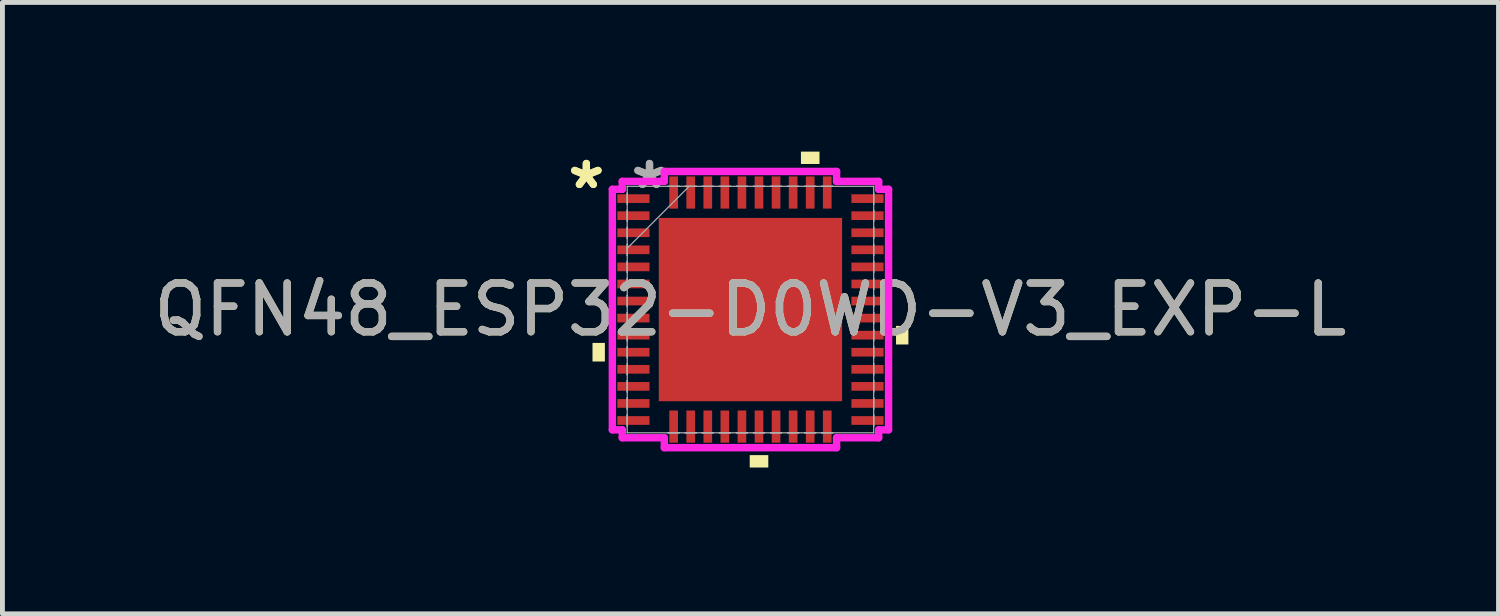
<source format=kicad_pcb>
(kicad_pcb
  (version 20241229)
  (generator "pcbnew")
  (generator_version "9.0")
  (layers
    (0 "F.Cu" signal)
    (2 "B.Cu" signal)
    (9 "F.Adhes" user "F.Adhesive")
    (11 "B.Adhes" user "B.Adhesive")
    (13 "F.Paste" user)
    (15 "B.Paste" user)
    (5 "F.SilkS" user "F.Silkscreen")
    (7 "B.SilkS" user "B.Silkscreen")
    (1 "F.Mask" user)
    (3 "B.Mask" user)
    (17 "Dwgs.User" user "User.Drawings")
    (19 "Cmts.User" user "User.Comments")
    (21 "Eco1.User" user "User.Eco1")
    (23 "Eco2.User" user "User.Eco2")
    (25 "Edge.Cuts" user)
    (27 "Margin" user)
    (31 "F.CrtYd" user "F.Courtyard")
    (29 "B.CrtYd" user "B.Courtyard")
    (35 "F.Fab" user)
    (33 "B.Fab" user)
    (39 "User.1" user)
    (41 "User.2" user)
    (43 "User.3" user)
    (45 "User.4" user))
  (footprint "QFN48_ESP32-D0WD-V3_EXP-L"
    (layer "F.Cu")
    (at 12.339 3.298)
    (property "Reference" "QFN48_ESP32-D0WD-V3_EXP-L" (at 0 0 0) (unlocked yes) (layer "F.SilkS") (effects (font (size 1 1) (thickness 0.15))))
    (attr smd)
    (fp_poly (pts (xy -3.239 0.684) (xy -3.239 1.065) (xy -2.985 1.065) (xy -2.985 0.684)) (stroke (width 0) (type solid)) (fill yes) (layer "F.SilkS"))
    (fp_poly (pts (xy -0.015 2.985) (xy -0.015 3.239) (xy 0.366 3.239) (xy 0.366 2.985)) (stroke (width 0) (type solid)) (fill yes) (layer "F.SilkS"))
    (fp_poly (pts (xy 1.035 -2.985) (xy 1.035 -3.239) (xy 1.416 -3.239) (xy 1.416 -2.985)) (stroke (width 0) (type solid)) (fill yes) (layer "F.SilkS"))
    (fp_poly (pts (xy 3.239 0.335) (xy 3.239 0.716) (xy 2.985 0.716) (xy 2.985 0.335)) (stroke (width 0) (type solid)) (fill yes) (layer "F.SilkS"))
    (fp_poly (pts (xy -1.78 -1.78) (xy -1.78 -0.1) (xy -0.1 -0.1) (xy -0.1 -1.78)) (stroke (width 0) (type solid)) (fill yes) (layer "F.Paste"))
    (fp_poly (pts (xy -1.78 0.1) (xy -1.78 1.78) (xy -0.1 1.78) (xy -0.1 0.1)) (stroke (width 0) (type solid)) (fill yes) (layer "F.Paste"))
    (fp_poly (pts (xy 0.1 -1.78) (xy 0.1 -0.1) (xy 1.78 -0.1) (xy 1.78 -1.78)) (stroke (width 0) (type solid)) (fill yes) (layer "F.Paste"))
    (fp_poly (pts (xy 0.1 0.1) (xy 0.1 1.78) (xy 1.78 1.78) (xy 1.78 0.1)) (stroke (width 0) (type solid)) (fill yes) (layer "F.Paste"))
    (fp_line (start -2.832 -2.466) (end -2.629 -2.466) (stroke (width 0.152) (type solid)) (layer "F.CrtYd"))
    (fp_line (start -2.832 2.466) (end -2.832 -2.466) (stroke (width 0.152) (type solid)) (layer "F.CrtYd"))
    (fp_line (start -2.629 -2.629) (end -1.766 -2.629) (stroke (width 0.152) (type solid)) (layer "F.CrtYd"))
    (fp_line (start -2.629 -2.466) (end -2.629 -2.629) (stroke (width 0.152) (type solid)) (layer "F.CrtYd"))
    (fp_line (start -2.629 2.466) (end -2.832 2.466) (stroke (width 0.152) (type solid)) (layer "F.CrtYd"))
    (fp_line (start -2.629 2.629) (end -2.629 2.466) (stroke (width 0.152) (type solid)) (layer "F.CrtYd"))
    (fp_line (start -1.766 -2.832) (end 1.766 -2.832) (stroke (width 0.152) (type solid)) (layer "F.CrtYd"))
    (fp_line (start -1.766 -2.629) (end -1.766 -2.832) (stroke (width 0.152) (type solid)) (layer "F.CrtYd"))
    (fp_line (start -1.766 2.629) (end -2.629 2.629) (stroke (width 0.152) (type solid)) (layer "F.CrtYd"))
    (fp_line (start -1.766 2.832) (end -1.766 2.629) (stroke (width 0.152) (type solid)) (layer "F.CrtYd"))
    (fp_line (start 1.766 -2.832) (end 1.766 -2.629) (stroke (width 0.152) (type solid)) (layer "F.CrtYd"))
    (fp_line (start 1.766 -2.629) (end 2.629 -2.629) (stroke (width 0.152) (type solid)) (layer "F.CrtYd"))
    (fp_line (start 1.766 2.629) (end 1.766 2.832) (stroke (width 0.152) (type solid)) (layer "F.CrtYd"))
    (fp_line (start 1.766 2.832) (end -1.766 2.832) (stroke (width 0.152) (type solid)) (layer "F.CrtYd"))
    (fp_line (start 2.629 -2.629) (end 2.629 -2.466) (stroke (width 0.152) (type solid)) (layer "F.CrtYd"))
    (fp_line (start 2.629 -2.466) (end 2.832 -2.466) (stroke (width 0.152) (type solid)) (layer "F.CrtYd"))
    (fp_line (start 2.629 2.466) (end 2.629 2.629) (stroke (width 0.152) (type solid)) (layer "F.CrtYd"))
    (fp_line (start 2.629 2.629) (end 1.766 2.629) (stroke (width 0.152) (type solid)) (layer "F.CrtYd"))
    (fp_line (start 2.832 -2.466) (end 2.832 2.466) (stroke (width 0.152) (type solid)) (layer "F.CrtYd"))
    (fp_line (start 2.832 2.466) (end 2.629 2.466) (stroke (width 0.152) (type solid)) (layer "F.CrtYd"))
    (fp_line (start -2.527 -2.527) (end -2.527 -2.527) (stroke (width 0.025) (type solid)) (layer "F.Fab"))
    (fp_line (start -2.527 -2.527) (end -2.527 2.527) (stroke (width 0.025) (type solid)) (layer "F.Fab"))
    (fp_line (start -2.527 -2.389) (end -2.527 -2.389) (stroke (width 0.025) (type solid)) (layer "F.Fab"))
    (fp_line (start -2.527 -2.389) (end -2.527 -2.161) (stroke (width 0.025) (type solid)) (layer "F.Fab"))
    (fp_line (start -2.527 -2.161) (end -2.527 -2.389) (stroke (width 0.025) (type solid)) (layer "F.Fab"))
    (fp_line (start -2.527 -2.161) (end -2.527 -2.161) (stroke (width 0.025) (type solid)) (layer "F.Fab"))
    (fp_line (start -2.527 -2.039) (end -2.527 -2.039) (stroke (width 0.025) (type solid)) (layer "F.Fab"))
    (fp_line (start -2.527 -2.039) (end -2.527 -1.811) (stroke (width 0.025) (type solid)) (layer "F.Fab"))
    (fp_line (start -2.527 -1.811) (end -2.527 -2.039) (stroke (width 0.025) (type solid)) (layer "F.Fab"))
    (fp_line (start -2.527 -1.811) (end -2.527 -1.811) (stroke (width 0.025) (type solid)) (layer "F.Fab"))
    (fp_line (start -2.527 -1.689) (end -2.527 -1.689) (stroke (width 0.025) (type solid)) (layer "F.Fab"))
    (fp_line (start -2.527 -1.689) (end -2.527 -1.461) (stroke (width 0.025) (type solid)) (layer "F.Fab"))
    (fp_line (start -2.527 -1.461) (end -2.527 -1.689) (stroke (width 0.025) (type solid)) (layer "F.Fab"))
    (fp_line (start -2.527 -1.461) (end -2.527 -1.461) (stroke (width 0.025) (type solid)) (layer "F.Fab"))
    (fp_line (start -2.527 -1.339) (end -2.527 -1.339) (stroke (width 0.025) (type solid)) (layer "F.Fab"))
    (fp_line (start -2.527 -1.339) (end -2.527 -1.111) (stroke (width 0.025) (type solid)) (layer "F.Fab"))
    (fp_line (start -2.527 -1.257) (end -1.257 -2.527) (stroke (width 0.025) (type solid)) (layer "F.Fab"))
    (fp_line (start -2.527 -1.111) (end -2.527 -1.339) (stroke (width 0.025) (type solid)) (layer "F.Fab"))
    (fp_line (start -2.527 -1.111) (end -2.527 -1.111) (stroke (width 0.025) (type solid)) (layer "F.Fab"))
    (fp_line (start -2.527 -0.989) (end -2.527 -0.989) (stroke (width 0.025) (type solid)) (layer "F.Fab"))
    (fp_line (start -2.527 -0.989) (end -2.527 -0.761) (stroke (width 0.025) (type solid)) (layer "F.Fab"))
    (fp_line (start -2.527 -0.761) (end -2.527 -0.989) (stroke (width 0.025) (type solid)) (layer "F.Fab"))
    (fp_line (start -2.527 -0.761) (end -2.527 -0.761) (stroke (width 0.025) (type solid)) (layer "F.Fab"))
    (fp_line (start -2.527 -0.639) (end -2.527 -0.639) (stroke (width 0.025) (type solid)) (layer "F.Fab"))
    (fp_line (start -2.527 -0.639) (end -2.527 -0.411) (stroke (width 0.025) (type solid)) (layer "F.Fab"))
    (fp_line (start -2.527 -0.411) (end -2.527 -0.639) (stroke (width 0.025) (type solid)) (layer "F.Fab"))
    (fp_line (start -2.527 -0.411) (end -2.527 -0.411) (stroke (width 0.025) (type solid)) (layer "F.Fab"))
    (fp_line (start -2.527 -0.289) (end -2.527 -0.289) (stroke (width 0.025) (type solid)) (layer "F.Fab"))
    (fp_line (start -2.527 -0.289) (end -2.527 -0.061) (stroke (width 0.025) (type solid)) (layer "F.Fab"))
    (fp_line (start -2.527 -0.061) (end -2.527 -0.289) (stroke (width 0.025) (type solid)) (layer "F.Fab"))
    (fp_line (start -2.527 -0.061) (end -2.527 -0.061) (stroke (width 0.025) (type solid)) (layer "F.Fab"))
    (fp_line (start -2.527 0.061) (end -2.527 0.061) (stroke (width 0.025) (type solid)) (layer "F.Fab"))
    (fp_line (start -2.527 0.061) (end -2.527 0.289) (stroke (width 0.025) (type solid)) (layer "F.Fab"))
    (fp_line (start -2.527 0.289) (end -2.527 0.061) (stroke (width 0.025) (type solid)) (layer "F.Fab"))
    (fp_line (start -2.527 0.289) (end -2.527 0.289) (stroke (width 0.025) (type solid)) (layer "F.Fab"))
    (fp_line (start -2.527 0.411) (end -2.527 0.411) (stroke (width 0.025) (type solid)) (layer "F.Fab"))
    (fp_line (start -2.527 0.411) (end -2.527 0.639) (stroke (width 0.025) (type solid)) (layer "F.Fab"))
    (fp_line (start -2.527 0.639) (end -2.527 0.411) (stroke (width 0.025) (type solid)) (layer "F.Fab"))
    (fp_line (start -2.527 0.639) (end -2.527 0.639) (stroke (width 0.025) (type solid)) (layer "F.Fab"))
    (fp_line (start -2.527 0.761) (end -2.527 0.761) (stroke (width 0.025) (type solid)) (layer "F.Fab"))
    (fp_line (start -2.527 0.761) (end -2.527 0.989) (stroke (width 0.025) (type solid)) (layer "F.Fab"))
    (fp_line (start -2.527 0.989) (end -2.527 0.761) (stroke (width 0.025) (type solid)) (layer "F.Fab"))
    (fp_line (start -2.527 0.989) (end -2.527 0.989) (stroke (width 0.025) (type solid)) (layer "F.Fab"))
    (fp_line (start -2.527 1.111) (end -2.527 1.111) (stroke (width 0.025) (type solid)) (layer "F.Fab"))
    (fp_line (start -2.527 1.111) (end -2.527 1.339) (stroke (width 0.025) (type solid)) (layer "F.Fab"))
    (fp_line (start -2.527 1.339) (end -2.527 1.111) (stroke (width 0.025) (type solid)) (layer "F.Fab"))
    (fp_line (start -2.527 1.339) (end -2.527 1.339) (stroke (width 0.025) (type solid)) (layer "F.Fab"))
    (fp_line (start -2.527 1.461) (end -2.527 1.461) (stroke (width 0.025) (type solid)) (layer "F.Fab"))
    (fp_line (start -2.527 1.461) (end -2.527 1.689) (stroke (width 0.025) (type solid)) (layer "F.Fab"))
    (fp_line (start -2.527 1.689) (end -2.527 1.461) (stroke (width 0.025) (type solid)) (layer "F.Fab"))
    (fp_line (start -2.527 1.689) (end -2.527 1.689) (stroke (width 0.025) (type solid)) (layer "F.Fab"))
    (fp_line (start -2.527 1.811) (end -2.527 1.811) (stroke (width 0.025) (type solid)) (layer "F.Fab"))
    (fp_line (start -2.527 1.811) (end -2.527 2.039) (stroke (width 0.025) (type solid)) (layer "F.Fab"))
    (fp_line (start -2.527 2.039) (end -2.527 1.811) (stroke (width 0.025) (type solid)) (layer "F.Fab"))
    (fp_line (start -2.527 2.039) (end -2.527 2.039) (stroke (width 0.025) (type solid)) (layer "F.Fab"))
    (fp_line (start -2.527 2.161) (end -2.527 2.161) (stroke (width 0.025) (type solid)) (layer "F.Fab"))
    (fp_line (start -2.527 2.161) (end -2.527 2.389) (stroke (width 0.025) (type solid)) (layer "F.Fab"))
    (fp_line (start -2.527 2.389) (end -2.527 2.161) (stroke (width 0.025) (type solid)) (layer "F.Fab"))
    (fp_line (start -2.527 2.389) (end -2.527 2.389) (stroke (width 0.025) (type solid)) (layer "F.Fab"))
    (fp_line (start -2.527 2.527) (end -2.527 2.527) (stroke (width 0.025) (type solid)) (layer "F.Fab"))
    (fp_line (start -2.527 2.527) (end 2.527 2.527) (stroke (width 0.025) (type solid)) (layer "F.Fab"))
    (fp_line (start -1.689 -2.527) (end -1.689 -2.527) (stroke (width 0.025) (type solid)) (layer "F.Fab"))
    (fp_line (start -1.689 -2.527) (end -1.461 -2.527) (stroke (width 0.025) (type solid)) (layer "F.Fab"))
    (fp_line (start -1.689 2.527) (end -1.689 2.527) (stroke (width 0.025) (type solid)) (layer "F.Fab"))
    (fp_line (start -1.689 2.527) (end -1.461 2.527) (stroke (width 0.025) (type solid)) (layer "F.Fab"))
    (fp_line (start -1.461 -2.527) (end -1.689 -2.527) (stroke (width 0.025) (type solid)) (layer "F.Fab"))
    (fp_line (start -1.461 -2.527) (end -1.461 -2.527) (stroke (width 0.025) (type solid)) (layer "F.Fab"))
    (fp_line (start -1.461 2.527) (end -1.689 2.527) (stroke (width 0.025) (type solid)) (layer "F.Fab"))
    (fp_line (start -1.461 2.527) (end -1.461 2.527) (stroke (width 0.025) (type solid)) (layer "F.Fab"))
    (fp_line (start -1.339 -2.527) (end -1.339 -2.527) (stroke (width 0.025) (type solid)) (layer "F.Fab"))
    (fp_line (start -1.339 -2.527) (end -1.111 -2.527) (stroke (width 0.025) (type solid)) (layer "F.Fab"))
    (fp_line (start -1.339 2.527) (end -1.339 2.527) (stroke (width 0.025) (type solid)) (layer "F.Fab"))
    (fp_line (start -1.339 2.527) (end -1.111 2.527) (stroke (width 0.025) (type solid)) (layer "F.Fab"))
    (fp_line (start -1.111 -2.527) (end -1.339 -2.527) (stroke (width 0.025) (type solid)) (layer "F.Fab"))
    (fp_line (start -1.111 -2.527) (end -1.111 -2.527) (stroke (width 0.025) (type solid)) (layer "F.Fab"))
    (fp_line (start -1.111 2.527) (end -1.339 2.527) (stroke (width 0.025) (type solid)) (layer "F.Fab"))
    (fp_line (start -1.111 2.527) (end -1.111 2.527) (stroke (width 0.025) (type solid)) (layer "F.Fab"))
    (fp_line (start -0.989 -2.527) (end -0.989 -2.527) (stroke (width 0.025) (type solid)) (layer "F.Fab"))
    (fp_line (start -0.989 -2.527) (end -0.761 -2.527) (stroke (width 0.025) (type solid)) (layer "F.Fab"))
    (fp_line (start -0.989 2.527) (end -0.989 2.527) (stroke (width 0.025) (type solid)) (layer "F.Fab"))
    (fp_line (start -0.989 2.527) (end -0.761 2.527) (stroke (width 0.025) (type solid)) (layer "F.Fab"))
    (fp_line (start -0.761 -2.527) (end -0.989 -2.527) (stroke (width 0.025) (type solid)) (layer "F.Fab"))
    (fp_line (start -0.761 -2.527) (end -0.761 -2.527) (stroke (width 0.025) (type solid)) (layer "F.Fab"))
    (fp_line (start -0.761 2.527) (end -0.989 2.527) (stroke (width 0.025) (type solid)) (layer "F.Fab"))
    (fp_line (start -0.761 2.527) (end -0.761 2.527) (stroke (width 0.025) (type solid)) (layer "F.Fab"))
    (fp_line (start -0.639 -2.527) (end -0.639 -2.527) (stroke (width 0.025) (type solid)) (layer "F.Fab"))
    (fp_line (start -0.639 -2.527) (end -0.411 -2.527) (stroke (width 0.025) (type solid)) (layer "F.Fab"))
    (fp_line (start -0.639 2.527) (end -0.639 2.527) (stroke (width 0.025) (type solid)) (layer "F.Fab"))
    (fp_line (start -0.639 2.527) (end -0.411 2.527) (stroke (width 0.025) (type solid)) (layer "F.Fab"))
    (fp_line (start -0.411 -2.527) (end -0.639 -2.527) (stroke (width 0.025) (type solid)) (layer "F.Fab"))
    (fp_line (start -0.411 -2.527) (end -0.411 -2.527) (stroke (width 0.025) (type solid)) (layer "F.Fab"))
    (fp_line (start -0.411 2.527) (end -0.639 2.527) (stroke (width 0.025) (type solid)) (layer "F.Fab"))
    (fp_line (start -0.411 2.527) (end -0.411 2.527) (stroke (width 0.025) (type solid)) (layer "F.Fab"))
    (fp_line (start -0.289 -2.527) (end -0.289 -2.527) (stroke (width 0.025) (type solid)) (layer "F.Fab"))
    (fp_line (start -0.289 -2.527) (end -0.061 -2.527) (stroke (width 0.025) (type solid)) (layer "F.Fab"))
    (fp_line (start -0.289 2.527) (end -0.289 2.527) (stroke (width 0.025) (type solid)) (layer "F.Fab"))
    (fp_line (start -0.289 2.527) (end -0.061 2.527) (stroke (width 0.025) (type solid)) (layer "F.Fab"))
    (fp_line (start -0.061 -2.527) (end -0.289 -2.527) (stroke (width 0.025) (type solid)) (layer "F.Fab"))
    (fp_line (start -0.061 -2.527) (end -0.061 -2.527) (stroke (width 0.025) (type solid)) (layer "F.Fab"))
    (fp_line (start -0.061 2.527) (end -0.289 2.527) (stroke (width 0.025) (type solid)) (layer "F.Fab"))
    (fp_line (start -0.061 2.527) (end -0.061 2.527) (stroke (width 0.025) (type solid)) (layer "F.Fab"))
    (fp_line (start 0.061 -2.527) (end 0.061 -2.527) (stroke (width 0.025) (type solid)) (layer "F.Fab"))
    (fp_line (start 0.061 -2.527) (end 0.289 -2.527) (stroke (width 0.025) (type solid)) (layer "F.Fab"))
    (fp_line (start 0.061 2.527) (end 0.061 2.527) (stroke (width 0.025) (type solid)) (layer "F.Fab"))
    (fp_line (start 0.061 2.527) (end 0.289 2.527) (stroke (width 0.025) (type solid)) (layer "F.Fab"))
    (fp_line (start 0.289 -2.527) (end 0.061 -2.527) (stroke (width 0.025) (type solid)) (layer "F.Fab"))
    (fp_line (start 0.289 -2.527) (end 0.289 -2.527) (stroke (width 0.025) (type solid)) (layer "F.Fab"))
    (fp_line (start 0.289 2.527) (end 0.061 2.527) (stroke (width 0.025) (type solid)) (layer "F.Fab"))
    (fp_line (start 0.289 2.527) (end 0.289 2.527) (stroke (width 0.025) (type solid)) (layer "F.Fab"))
    (fp_line (start 0.411 -2.527) (end 0.411 -2.527) (stroke (width 0.025) (type solid)) (layer "F.Fab"))
    (fp_line (start 0.411 -2.527) (end 0.639 -2.527) (stroke (width 0.025) (type solid)) (layer "F.Fab"))
    (fp_line (start 0.411 2.527) (end 0.411 2.527) (stroke (width 0.025) (type solid)) (layer "F.Fab"))
    (fp_line (start 0.411 2.527) (end 0.639 2.527) (stroke (width 0.025) (type solid)) (layer "F.Fab"))
    (fp_line (start 0.639 -2.527) (end 0.411 -2.527) (stroke (width 0.025) (type solid)) (layer "F.Fab"))
    (fp_line (start 0.639 -2.527) (end 0.639 -2.527) (stroke (width 0.025) (type solid)) (layer "F.Fab"))
    (fp_line (start 0.639 2.527) (end 0.411 2.527) (stroke (width 0.025) (type solid)) (layer "F.Fab"))
    (fp_line (start 0.639 2.527) (end 0.639 2.527) (stroke (width 0.025) (type solid)) (layer "F.Fab"))
    (fp_line (start 0.761 -2.527) (end 0.761 -2.527) (stroke (width 0.025) (type solid)) (layer "F.Fab"))
    (fp_line (start 0.761 -2.527) (end 0.989 -2.527) (stroke (width 0.025) (type solid)) (layer "F.Fab"))
    (fp_line (start 0.761 2.527) (end 0.761 2.527) (stroke (width 0.025) (type solid)) (layer "F.Fab"))
    (fp_line (start 0.761 2.527) (end 0.989 2.527) (stroke (width 0.025) (type solid)) (layer "F.Fab"))
    (fp_line (start 0.989 -2.527) (end 0.761 -2.527) (stroke (width 0.025) (type solid)) (layer "F.Fab"))
    (fp_line (start 0.989 -2.527) (end 0.989 -2.527) (stroke (width 0.025) (type solid)) (layer "F.Fab"))
    (fp_line (start 0.989 2.527) (end 0.761 2.527) (stroke (width 0.025) (type solid)) (layer "F.Fab"))
    (fp_line (start 0.989 2.527) (end 0.989 2.527) (stroke (width 0.025) (type solid)) (layer "F.Fab"))
    (fp_line (start 1.111 -2.527) (end 1.111 -2.527) (stroke (width 0.025) (type solid)) (layer "F.Fab"))
    (fp_line (start 1.111 -2.527) (end 1.339 -2.527) (stroke (width 0.025) (type solid)) (layer "F.Fab"))
    (fp_line (start 1.111 2.527) (end 1.111 2.527) (stroke (width 0.025) (type solid)) (layer "F.Fab"))
    (fp_line (start 1.111 2.527) (end 1.339 2.527) (stroke (width 0.025) (type solid)) (layer "F.Fab"))
    (fp_line (start 1.339 -2.527) (end 1.111 -2.527) (stroke (width 0.025) (type solid)) (layer "F.Fab"))
    (fp_line (start 1.339 -2.527) (end 1.339 -2.527) (stroke (width 0.025) (type solid)) (layer "F.Fab"))
    (fp_line (start 1.339 2.527) (end 1.111 2.527) (stroke (width 0.025) (type solid)) (layer "F.Fab"))
    (fp_line (start 1.339 2.527) (end 1.339 2.527) (stroke (width 0.025) (type solid)) (layer "F.Fab"))
    (fp_line (start 1.461 -2.527) (end 1.461 -2.527) (stroke (width 0.025) (type solid)) (layer "F.Fab"))
    (fp_line (start 1.461 -2.527) (end 1.689 -2.527) (stroke (width 0.025) (type solid)) (layer "F.Fab"))
    (fp_line (start 1.461 2.527) (end 1.461 2.527) (stroke (width 0.025) (type solid)) (layer "F.Fab"))
    (fp_line (start 1.461 2.527) (end 1.689 2.527) (stroke (width 0.025) (type solid)) (layer "F.Fab"))
    (fp_line (start 1.689 -2.527) (end 1.461 -2.527) (stroke (width 0.025) (type solid)) (layer "F.Fab"))
    (fp_line (start 1.689 -2.527) (end 1.689 -2.527) (stroke (width 0.025) (type solid)) (layer "F.Fab"))
    (fp_line (start 1.689 2.527) (end 1.461 2.527) (stroke (width 0.025) (type solid)) (layer "F.Fab"))
    (fp_line (start 1.689 2.527) (end 1.689 2.527) (stroke (width 0.025) (type solid)) (layer "F.Fab"))
    (fp_line (start 2.527 -2.527) (end -2.527 -2.527) (stroke (width 0.025) (type solid)) (layer "F.Fab"))
    (fp_line (start 2.527 -2.527) (end 2.527 -2.527) (stroke (width 0.025) (type solid)) (layer "F.Fab"))
    (fp_line (start 2.527 -2.389) (end 2.527 -2.389) (stroke (width 0.025) (type solid)) (layer "F.Fab"))
    (fp_line (start 2.527 -2.389) (end 2.527 -2.161) (stroke (width 0.025) (type solid)) (layer "F.Fab"))
    (fp_line (start 2.527 -2.161) (end 2.527 -2.389) (stroke (width 0.025) (type solid)) (layer "F.Fab"))
    (fp_line (start 2.527 -2.161) (end 2.527 -2.161) (stroke (width 0.025) (type solid)) (layer "F.Fab"))
    (fp_line (start 2.527 -2.039) (end 2.527 -2.039) (stroke (width 0.025) (type solid)) (layer "F.Fab"))
    (fp_line (start 2.527 -2.039) (end 2.527 -1.811) (stroke (width 0.025) (type solid)) (layer "F.Fab"))
    (fp_line (start 2.527 -1.811) (end 2.527 -2.039) (stroke (width 0.025) (type solid)) (layer "F.Fab"))
    (fp_line (start 2.527 -1.811) (end 2.527 -1.811) (stroke (width 0.025) (type solid)) (layer "F.Fab"))
    (fp_line (start 2.527 -1.689) (end 2.527 -1.689) (stroke (width 0.025) (type solid)) (layer "F.Fab"))
    (fp_line (start 2.527 -1.689) (end 2.527 -1.461) (stroke (width 0.025) (type solid)) (layer "F.Fab"))
    (fp_line (start 2.527 -1.461) (end 2.527 -1.689) (stroke (width 0.025) (type solid)) (layer "F.Fab"))
    (fp_line (start 2.527 -1.461) (end 2.527 -1.461) (stroke (width 0.025) (type solid)) (layer "F.Fab"))
    (fp_line (start 2.527 -1.339) (end 2.527 -1.339) (stroke (width 0.025) (type solid)) (layer "F.Fab"))
    (fp_line (start 2.527 -1.339) (end 2.527 -1.111) (stroke (width 0.025) (type solid)) (layer "F.Fab"))
    (fp_line (start 2.527 -1.111) (end 2.527 -1.339) (stroke (width 0.025) (type solid)) (layer "F.Fab"))
    (fp_line (start 2.527 -1.111) (end 2.527 -1.111) (stroke (width 0.025) (type solid)) (layer "F.Fab"))
    (fp_line (start 2.527 -0.989) (end 2.527 -0.989) (stroke (width 0.025) (type solid)) (layer "F.Fab"))
    (fp_line (start 2.527 -0.989) (end 2.527 -0.761) (stroke (width 0.025) (type solid)) (layer "F.Fab"))
    (fp_line (start 2.527 -0.761) (end 2.527 -0.989) (stroke (width 0.025) (type solid)) (layer "F.Fab"))
    (fp_line (start 2.527 -0.761) (end 2.527 -0.761) (stroke (width 0.025) (type solid)) (layer "F.Fab"))
    (fp_line (start 2.527 -0.639) (end 2.527 -0.639) (stroke (width 0.025) (type solid)) (layer "F.Fab"))
    (fp_line (start 2.527 -0.639) (end 2.527 -0.411) (stroke (width 0.025) (type solid)) (layer "F.Fab"))
    (fp_line (start 2.527 -0.411) (end 2.527 -0.639) (stroke (width 0.025) (type solid)) (layer "F.Fab"))
    (fp_line (start 2.527 -0.411) (end 2.527 -0.411) (stroke (width 0.025) (type solid)) (layer "F.Fab"))
    (fp_line (start 2.527 -0.289) (end 2.527 -0.289) (stroke (width 0.025) (type solid)) (layer "F.Fab"))
    (fp_line (start 2.527 -0.289) (end 2.527 -0.061) (stroke (width 0.025) (type solid)) (layer "F.Fab"))
    (fp_line (start 2.527 -0.061) (end 2.527 -0.289) (stroke (width 0.025) (type solid)) (layer "F.Fab"))
    (fp_line (start 2.527 -0.061) (end 2.527 -0.061) (stroke (width 0.025) (type solid)) (layer "F.Fab"))
    (fp_line (start 2.527 0.061) (end 2.527 0.061) (stroke (width 0.025) (type solid)) (layer "F.Fab"))
    (fp_line (start 2.527 0.061) (end 2.527 0.289) (stroke (width 0.025) (type solid)) (layer "F.Fab"))
    (fp_line (start 2.527 0.289) (end 2.527 0.061) (stroke (width 0.025) (type solid)) (layer "F.Fab"))
    (fp_line (start 2.527 0.289) (end 2.527 0.289) (stroke (width 0.025) (type solid)) (layer "F.Fab"))
    (fp_line (start 2.527 0.411) (end 2.527 0.411) (stroke (width 0.025) (type solid)) (layer "F.Fab"))
    (fp_line (start 2.527 0.411) (end 2.527 0.639) (stroke (width 0.025) (type solid)) (layer "F.Fab"))
    (fp_line (start 2.527 0.639) (end 2.527 0.411) (stroke (width 0.025) (type solid)) (layer "F.Fab"))
    (fp_line (start 2.527 0.639) (end 2.527 0.639) (stroke (width 0.025) (type solid)) (layer "F.Fab"))
    (fp_line (start 2.527 0.761) (end 2.527 0.761) (stroke (width 0.025) (type solid)) (layer "F.Fab"))
    (fp_line (start 2.527 0.761) (end 2.527 0.989) (stroke (width 0.025) (type solid)) (layer "F.Fab"))
    (fp_line (start 2.527 0.989) (end 2.527 0.761) (stroke (width 0.025) (type solid)) (layer "F.Fab"))
    (fp_line (start 2.527 0.989) (end 2.527 0.989) (stroke (width 0.025) (type solid)) (layer "F.Fab"))
    (fp_line (start 2.527 1.111) (end 2.527 1.111) (stroke (width 0.025) (type solid)) (layer "F.Fab"))
    (fp_line (start 2.527 1.111) (end 2.527 1.339) (stroke (width 0.025) (type solid)) (layer "F.Fab"))
    (fp_line (start 2.527 1.339) (end 2.527 1.111) (stroke (width 0.025) (type solid)) (layer "F.Fab"))
    (fp_line (start 2.527 1.339) (end 2.527 1.339) (stroke (width 0.025) (type solid)) (layer "F.Fab"))
    (fp_line (start 2.527 1.461) (end 2.527 1.461) (stroke (width 0.025) (type solid)) (layer "F.Fab"))
    (fp_line (start 2.527 1.461) (end 2.527 1.689) (stroke (width 0.025) (type solid)) (layer "F.Fab"))
    (fp_line (start 2.527 1.689) (end 2.527 1.461) (stroke (width 0.025) (type solid)) (layer "F.Fab"))
    (fp_line (start 2.527 1.689) (end 2.527 1.689) (stroke (width 0.025) (type solid)) (layer "F.Fab"))
    (fp_line (start 2.527 1.811) (end 2.527 1.811) (stroke (width 0.025) (type solid)) (layer "F.Fab"))
    (fp_line (start 2.527 1.811) (end 2.527 2.039) (stroke (width 0.025) (type solid)) (layer "F.Fab"))
    (fp_line (start 2.527 2.039) (end 2.527 1.811) (stroke (width 0.025) (type solid)) (layer "F.Fab"))
    (fp_line (start 2.527 2.039) (end 2.527 2.039) (stroke (width 0.025) (type solid)) (layer "F.Fab"))
    (fp_line (start 2.527 2.161) (end 2.527 2.161) (stroke (width 0.025) (type solid)) (layer "F.Fab"))
    (fp_line (start 2.527 2.161) (end 2.527 2.389) (stroke (width 0.025) (type solid)) (layer "F.Fab"))
    (fp_line (start 2.527 2.389) (end 2.527 2.161) (stroke (width 0.025) (type solid)) (layer "F.Fab"))
    (fp_line (start 2.527 2.389) (end 2.527 2.389) (stroke (width 0.025) (type solid)) (layer "F.Fab"))
    (fp_line (start 2.527 2.527) (end 2.527 -2.527) (stroke (width 0.025) (type solid)) (layer "F.Fab"))
    (fp_line (start 2.527 2.527) (end 2.527 2.527) (stroke (width 0.025) (type solid)) (layer "F.Fab"))
    (fp_text user "*" (at -3.365 -2.45 0) (layer "F.SilkS") (effects (font (size 1 1) (thickness 0.15))))
    (fp_text user "*" (at -3.365 -2.45 0) (unlocked yes) (layer "F.SilkS") (effects (font (size 1 1) (thickness 0.15))))
    (fp_text user "*" (at -2.07 -2.45 0) (layer "F.Fab") (effects (font (size 1 1) (thickness 0.15))))
    (fp_text user "*" (at -2.07 -2.45 0) (unlocked yes) (layer "F.Fab") (effects (font (size 1 1) (thickness 0.15))))
    (fp_text user "${REFERENCE}" (at 0 0 0) (unlocked yes) (layer "F.Fab") (effects (font (size 1 1) (thickness 0.15))))
    (pad "1" smd rect (at -2.4 -2.275 90) (size 0.178 0.66) (layers "F.Cu" "F.Mask" "F.Paste"))
    (pad "2" smd rect (at -2.4 -1.925 90) (size 0.178 0.66) (layers "F.Cu" "F.Mask" "F.Paste"))
    (pad "3" smd rect (at -2.4 -1.575 90) (size 0.178 0.66) (layers "F.Cu" "F.Mask" "F.Paste"))
    (pad "4" smd rect (at -2.4 -1.225 90) (size 0.178 0.66) (layers "F.Cu" "F.Mask" "F.Paste"))
    (pad "5" smd rect (at -2.4 -0.875 90) (size 0.178 0.66) (layers "F.Cu" "F.Mask" "F.Paste"))
    (pad "6" smd rect (at -2.4 -0.525 90) (size 0.178 0.66) (layers "F.Cu" "F.Mask" "F.Paste"))
    (pad "7" smd rect (at -2.4 -0.175 90) (size 0.178 0.66) (layers "F.Cu" "F.Mask" "F.Paste"))
    (pad "8" smd rect (at -2.4 0.175 90) (size 0.178 0.66) (layers "F.Cu" "F.Mask" "F.Paste"))
    (pad "9" smd rect (at -2.4 0.525 90) (size 0.178 0.66) (layers "F.Cu" "F.Mask" "F.Paste"))
    (pad "10" smd rect (at -2.4 0.875 90) (size 0.178 0.66) (layers "F.Cu" "F.Mask" "F.Paste"))
    (pad "11" smd rect (at -2.4 1.225 90) (size 0.178 0.66) (layers "F.Cu" "F.Mask" "F.Paste"))
    (pad "12" smd rect (at -2.4 1.575 90) (size 0.178 0.66) (layers "F.Cu" "F.Mask" "F.Paste"))
    (pad "13" smd rect (at -2.4 1.925 90) (size 0.178 0.66) (layers "F.Cu" "F.Mask" "F.Paste"))
    (pad "14" smd rect (at -2.4 2.275 90) (size 0.178 0.66) (layers "F.Cu" "F.Mask" "F.Paste"))
    (pad "15" smd rect (at -1.575 2.4) (size 0.178 0.66) (layers "F.Cu" "F.Mask" "F.Paste"))
    (pad "16" smd rect (at -1.225 2.4) (size 0.178 0.66) (layers "F.Cu" "F.Mask" "F.Paste"))
    (pad "17" smd rect (at -0.875 2.4) (size 0.178 0.66) (layers "F.Cu" "F.Mask" "F.Paste"))
    (pad "18" smd rect (at -0.525 2.4) (size 0.178 0.66) (layers "F.Cu" "F.Mask" "F.Paste"))
    (pad "19" smd rect (at -0.175 2.4) (size 0.178 0.66) (layers "F.Cu" "F.Mask" "F.Paste"))
    (pad "20" smd rect (at 0.175 2.4) (size 0.178 0.66) (layers "F.Cu" "F.Mask" "F.Paste"))
    (pad "21" smd rect (at 0.525 2.4) (size 0.178 0.66) (layers "F.Cu" "F.Mask" "F.Paste"))
    (pad "22" smd rect (at 0.875 2.4) (size 0.178 0.66) (layers "F.Cu" "F.Mask" "F.Paste"))
    (pad "23" smd rect (at 1.225 2.4) (size 0.178 0.66) (layers "F.Cu" "F.Mask" "F.Paste"))
    (pad "24" smd rect (at 1.575 2.4) (size 0.178 0.66) (layers "F.Cu" "F.Mask" "F.Paste"))
    (pad "25" smd rect (at 2.4 2.275 90) (size 0.178 0.66) (layers "F.Cu" "F.Mask" "F.Paste"))
    (pad "26" smd rect (at 2.4 1.925 90) (size 0.178 0.66) (layers "F.Cu" "F.Mask" "F.Paste"))
    (pad "27" smd rect (at 2.4 1.575 90) (size 0.178 0.66) (layers "F.Cu" "F.Mask" "F.Paste"))
    (pad "28" smd rect (at 2.4 1.225 90) (size 0.178 0.66) (layers "F.Cu" "F.Mask" "F.Paste"))
    (pad "29" smd rect (at 2.4 0.875 90) (size 0.178 0.66) (layers "F.Cu" "F.Mask" "F.Paste"))
    (pad "30" smd rect (at 2.4 0.525 90) (size 0.178 0.66) (layers "F.Cu" "F.Mask" "F.Paste"))
    (pad "31" smd rect (at 2.4 0.175 90) (size 0.178 0.66) (layers "F.Cu" "F.Mask" "F.Paste"))
    (pad "32" smd rect (at 2.4 -0.175 90) (size 0.178 0.66) (layers "F.Cu" "F.Mask" "F.Paste"))
    (pad "33" smd rect (at 2.4 -0.525 90) (size 0.178 0.66) (layers "F.Cu" "F.Mask" "F.Paste"))
    (pad "34" smd rect (at 2.4 -0.875 90) (size 0.178 0.66) (layers "F.Cu" "F.Mask" "F.Paste"))
    (pad "35" smd rect (at 2.4 -1.225 90) (size 0.178 0.66) (layers "F.Cu" "F.Mask" "F.Paste"))
    (pad "36" smd rect (at 2.4 -1.575 90) (size 0.178 0.66) (layers "F.Cu" "F.Mask" "F.Paste"))
    (pad "37" smd rect (at 2.4 -1.925 90) (size 0.178 0.66) (layers "F.Cu" "F.Mask" "F.Paste"))
    (pad "38" smd rect (at 2.4 -2.275 90) (size 0.178 0.66) (layers "F.Cu" "F.Mask" "F.Paste"))
    (pad "39" smd rect (at 1.575 -2.4) (size 0.178 0.66) (layers "F.Cu" "F.Mask" "F.Paste"))
    (pad "40" smd rect (at 1.225 -2.4) (size 0.178 0.66) (layers "F.Cu" "F.Mask" "F.Paste"))
    (pad "41" smd rect (at 0.875 -2.4) (size 0.178 0.66) (layers "F.Cu" "F.Mask" "F.Paste"))
    (pad "42" smd rect (at 0.525 -2.4) (size 0.178 0.66) (layers "F.Cu" "F.Mask" "F.Paste"))
    (pad "43" smd rect (at 0.175 -2.4) (size 0.178 0.66) (layers "F.Cu" "F.Mask" "F.Paste"))
    (pad "44" smd rect (at -0.175 -2.4) (size 0.178 0.66) (layers "F.Cu" "F.Mask" "F.Paste"))
    (pad "45" smd rect (at -0.525 -2.4) (size 0.178 0.66) (layers "F.Cu" "F.Mask" "F.Paste"))
    (pad "46" smd rect (at -0.875 -2.4) (size 0.178 0.66) (layers "F.Cu" "F.Mask" "F.Paste"))
    (pad "47" smd rect (at -1.225 -2.4) (size 0.178 0.66) (layers "F.Cu" "F.Mask" "F.Paste"))
    (pad "48" smd rect (at -1.575 -2.4) (size 0.178 0.66) (layers "F.Cu" "F.Mask" "F.Paste"))
    (pad "49" smd rect (at 0 0) (size 3.759 3.759) (layers "F.Cu" "F.Mask")))
  (gr_rect
    (start -3 -3)
    (end 27.679 9.537)
    (stroke (width 0.1) (type default))
    (fill no)
    (layer "Edge.Cuts")))
</source>
